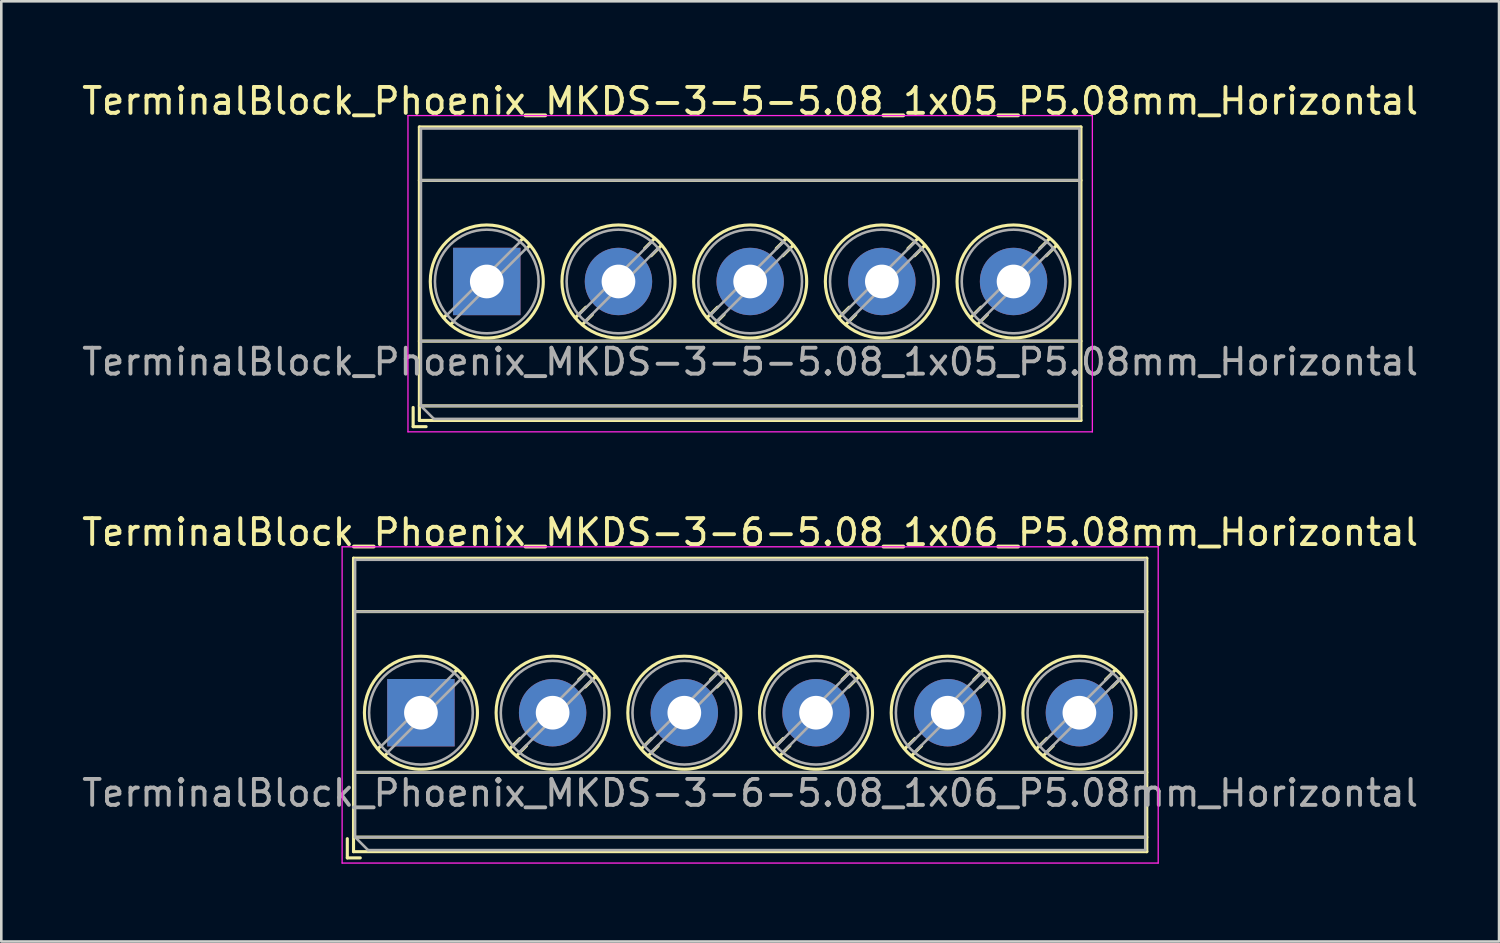
<source format=kicad_pcb>
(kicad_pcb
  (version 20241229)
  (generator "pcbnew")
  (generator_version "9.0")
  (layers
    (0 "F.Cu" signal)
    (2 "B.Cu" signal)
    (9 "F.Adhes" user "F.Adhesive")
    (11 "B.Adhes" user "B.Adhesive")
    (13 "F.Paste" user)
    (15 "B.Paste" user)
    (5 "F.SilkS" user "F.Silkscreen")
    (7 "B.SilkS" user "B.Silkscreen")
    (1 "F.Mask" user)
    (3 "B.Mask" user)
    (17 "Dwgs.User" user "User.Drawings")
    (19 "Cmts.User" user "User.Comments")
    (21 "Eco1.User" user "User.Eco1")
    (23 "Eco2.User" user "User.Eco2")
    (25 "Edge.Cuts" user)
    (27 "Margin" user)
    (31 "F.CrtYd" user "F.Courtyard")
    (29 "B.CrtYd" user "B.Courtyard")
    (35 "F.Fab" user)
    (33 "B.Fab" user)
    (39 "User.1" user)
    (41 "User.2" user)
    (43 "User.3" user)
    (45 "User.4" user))
  (footprint "TerminalBlock_Phoenix_MKDS-3-5-5.08_1x05_P5.08mm_Horizontal"
    (layer "F.Cu")
    (at 15.727 7.808)
    (property "Reference" "TerminalBlock_Phoenix_MKDS-3-5-5.08_1x05_P5.08mm_Horizontal" (at 10.16 -6.96 0) (layer "F.SilkS") (effects (font (size 1 1) (thickness 0.15))))
    (attr through_hole)
    (fp_line (start -2.84 4.86) (end -2.84 5.6) (stroke (width 0.12) (type solid)) (layer "F.SilkS"))
    (fp_line (start -2.84 5.6) (end -2.34 5.6) (stroke (width 0.12) (type solid)) (layer "F.SilkS"))
    (fp_line (start -2.6 -5.96) (end -2.6 5.36) (stroke (width 0.12) (type solid)) (layer "F.SilkS"))
    (fp_line (start -2.6 -5.96) (end 22.92 -5.96) (stroke (width 0.12) (type solid)) (layer "F.SilkS"))
    (fp_line (start -2.6 -3.9) (end 22.92 -3.9) (stroke (width 0.12) (type solid)) (layer "F.SilkS"))
    (fp_line (start -2.6 2.3) (end 22.92 2.3) (stroke (width 0.12) (type solid)) (layer "F.SilkS"))
    (fp_line (start -2.6 4.8) (end 22.92 4.8) (stroke (width 0.12) (type solid)) (layer "F.SilkS"))
    (fp_line (start -2.6 5.36) (end 22.92 5.36) (stroke (width 0.12) (type solid)) (layer "F.SilkS"))
    (fp_line (start -1.548 1.281) (end -1.654 1.388) (stroke (width 0.12) (type solid)) (layer "F.SilkS"))
    (fp_line (start -1.282 1.547) (end -1.388 1.654) (stroke (width 0.12) (type solid)) (layer "F.SilkS"))
    (fp_line (start 1.388 -1.654) (end 1.281 -1.547) (stroke (width 0.12) (type solid)) (layer "F.SilkS"))
    (fp_line (start 1.654 -1.388) (end 1.547 -1.281) (stroke (width 0.12) (type solid)) (layer "F.SilkS"))
    (fp_line (start 3.822 0.992) (end 3.427 1.388) (stroke (width 0.12) (type solid)) (layer "F.SilkS"))
    (fp_line (start 4.073 1.274) (end 3.693 1.654) (stroke (width 0.12) (type solid)) (layer "F.SilkS"))
    (fp_line (start 6.468 -1.654) (end 6.088 -1.274) (stroke (width 0.12) (type solid)) (layer "F.SilkS"))
    (fp_line (start 6.734 -1.388) (end 6.339 -0.992) (stroke (width 0.12) (type solid)) (layer "F.SilkS"))
    (fp_line (start 8.902 0.992) (end 8.507 1.388) (stroke (width 0.12) (type solid)) (layer "F.SilkS"))
    (fp_line (start 9.153 1.274) (end 8.773 1.654) (stroke (width 0.12) (type solid)) (layer "F.SilkS"))
    (fp_line (start 11.548 -1.654) (end 11.168 -1.274) (stroke (width 0.12) (type solid)) (layer "F.SilkS"))
    (fp_line (start 11.814 -1.388) (end 11.419 -0.992) (stroke (width 0.12) (type solid)) (layer "F.SilkS"))
    (fp_line (start 13.982 0.992) (end 13.587 1.388) (stroke (width 0.12) (type solid)) (layer "F.SilkS"))
    (fp_line (start 14.233 1.274) (end 13.853 1.654) (stroke (width 0.12) (type solid)) (layer "F.SilkS"))
    (fp_line (start 16.628 -1.654) (end 16.248 -1.274) (stroke (width 0.12) (type solid)) (layer "F.SilkS"))
    (fp_line (start 16.894 -1.388) (end 16.499 -0.992) (stroke (width 0.12) (type solid)) (layer "F.SilkS"))
    (fp_line (start 19.062 0.992) (end 18.667 1.388) (stroke (width 0.12) (type solid)) (layer "F.SilkS"))
    (fp_line (start 19.313 1.274) (end 18.933 1.654) (stroke (width 0.12) (type solid)) (layer "F.SilkS"))
    (fp_line (start 21.708 -1.654) (end 21.328 -1.274) (stroke (width 0.12) (type solid)) (layer "F.SilkS"))
    (fp_line (start 21.974 -1.388) (end 21.579 -0.992) (stroke (width 0.12) (type solid)) (layer "F.SilkS"))
    (fp_line (start 22.92 -5.96) (end 22.92 5.36) (stroke (width 0.12) (type solid)) (layer "F.SilkS"))
    (fp_circle (center 0 0) (end 2.18 0) (stroke (width 0.12) (type solid)) (fill no) (layer "F.SilkS"))
    (fp_circle (center 5.08 0) (end 7.26 0) (stroke (width 0.12) (type solid)) (fill no) (layer "F.SilkS"))
    (fp_circle (center 10.16 0) (end 12.34 0) (stroke (width 0.12) (type solid)) (fill no) (layer "F.SilkS"))
    (fp_circle (center 15.24 0) (end 17.42 0) (stroke (width 0.12) (type solid)) (fill no) (layer "F.SilkS"))
    (fp_circle (center 20.32 0) (end 22.5 0) (stroke (width 0.12) (type solid)) (fill no) (layer "F.SilkS"))
    (fp_line (start -3.04 -6.4) (end -3.04 5.8) (stroke (width 0.05) (type solid)) (layer "F.CrtYd"))
    (fp_line (start -3.04 5.8) (end 23.36 5.8) (stroke (width 0.05) (type solid)) (layer "F.CrtYd"))
    (fp_line (start 23.36 -6.4) (end -3.04 -6.4) (stroke (width 0.05) (type solid)) (layer "F.CrtYd"))
    (fp_line (start 23.36 5.8) (end 23.36 -6.4) (stroke (width 0.05) (type solid)) (layer "F.CrtYd"))
    (fp_line (start -2.54 -5.9) (end 22.86 -5.9) (stroke (width 0.1) (type solid)) (layer "F.Fab"))
    (fp_line (start -2.54 -3.9) (end 22.86 -3.9) (stroke (width 0.1) (type solid)) (layer "F.Fab"))
    (fp_line (start -2.54 2.3) (end 22.86 2.3) (stroke (width 0.1) (type solid)) (layer "F.Fab"))
    (fp_line (start -2.54 4.8) (end -2.54 -5.9) (stroke (width 0.1) (type solid)) (layer "F.Fab"))
    (fp_line (start -2.54 4.8) (end 22.86 4.8) (stroke (width 0.1) (type solid)) (layer "F.Fab"))
    (fp_line (start -2.04 5.3) (end -2.54 4.8) (stroke (width 0.1) (type solid)) (layer "F.Fab"))
    (fp_line (start 1.273 -1.517) (end -1.517 1.273) (stroke (width 0.1) (type solid)) (layer "F.Fab"))
    (fp_line (start 1.517 -1.273) (end -1.273 1.517) (stroke (width 0.1) (type solid)) (layer "F.Fab"))
    (fp_line (start 6.353 -1.517) (end 3.564 1.273) (stroke (width 0.1) (type solid)) (layer "F.Fab"))
    (fp_line (start 6.597 -1.273) (end 3.808 1.517) (stroke (width 0.1) (type solid)) (layer "F.Fab"))
    (fp_line (start 11.433 -1.517) (end 8.644 1.273) (stroke (width 0.1) (type solid)) (layer "F.Fab"))
    (fp_line (start 11.677 -1.273) (end 8.888 1.517) (stroke (width 0.1) (type solid)) (layer "F.Fab"))
    (fp_line (start 16.513 -1.517) (end 13.724 1.273) (stroke (width 0.1) (type solid)) (layer "F.Fab"))
    (fp_line (start 16.757 -1.273) (end 13.968 1.517) (stroke (width 0.1) (type solid)) (layer "F.Fab"))
    (fp_line (start 21.593 -1.517) (end 18.804 1.273) (stroke (width 0.1) (type solid)) (layer "F.Fab"))
    (fp_line (start 21.837 -1.273) (end 19.048 1.517) (stroke (width 0.1) (type solid)) (layer "F.Fab"))
    (fp_line (start 22.86 -5.9) (end 22.86 5.3) (stroke (width 0.1) (type solid)) (layer "F.Fab"))
    (fp_line (start 22.86 5.3) (end -2.04 5.3) (stroke (width 0.1) (type solid)) (layer "F.Fab"))
    (fp_circle (center 0 0) (end 2 0) (stroke (width 0.1) (type solid)) (fill no) (layer "F.Fab"))
    (fp_circle (center 5.08 0) (end 7.08 0) (stroke (width 0.1) (type solid)) (fill no) (layer "F.Fab"))
    (fp_circle (center 10.16 0) (end 12.16 0) (stroke (width 0.1) (type solid)) (fill no) (layer "F.Fab"))
    (fp_circle (center 15.24 0) (end 17.24 0) (stroke (width 0.1) (type solid)) (fill no) (layer "F.Fab"))
    (fp_circle (center 20.32 0) (end 22.32 0) (stroke (width 0.1) (type solid)) (fill no) (layer "F.Fab"))
    (fp_text user "${REFERENCE}" (at 10.16 3.1 0) (layer "F.Fab") (effects (font (size 1 1) (thickness 0.15))))
    (pad "1" thru_hole rect (at 0 0) (size 2.6 2.6) (drill 1.3) (layers "*.Cu" "*.Mask"))
    (pad "2" thru_hole circle (at 5.08 0) (size 2.6 2.6) (drill 1.3) (layers "*.Cu" "*.Mask"))
    (pad "3" thru_hole circle (at 10.16 0) (size 2.6 2.6) (drill 1.3) (layers "*.Cu" "*.Mask"))
    (pad "4" thru_hole circle (at 15.24 0) (size 2.6 2.6) (drill 1.3) (layers "*.Cu" "*.Mask"))
    (pad "5" thru_hole circle (at 20.32 0) (size 2.6 2.6) (drill 1.3) (layers "*.Cu" "*.Mask")))
  (footprint "TerminalBlock_Phoenix_MKDS-3-6-5.08_1x06_P5.08mm_Horizontal"
    (layer "F.Cu")
    (at 13.187 24.442)
    (property "Reference" "TerminalBlock_Phoenix_MKDS-3-6-5.08_1x06_P5.08mm_Horizontal" (at 12.7 -6.96 0) (layer "F.SilkS") (effects (font (size 1 1) (thickness 0.15))))
    (attr through_hole)
    (fp_line (start -2.84 4.86) (end -2.84 5.6) (stroke (width 0.12) (type solid)) (layer "F.SilkS"))
    (fp_line (start -2.84 5.6) (end -2.34 5.6) (stroke (width 0.12) (type solid)) (layer "F.SilkS"))
    (fp_line (start -2.6 -5.96) (end -2.6 5.36) (stroke (width 0.12) (type solid)) (layer "F.SilkS"))
    (fp_line (start -2.6 -5.96) (end 28 -5.96) (stroke (width 0.12) (type solid)) (layer "F.SilkS"))
    (fp_line (start -2.6 -3.9) (end 28 -3.9) (stroke (width 0.12) (type solid)) (layer "F.SilkS"))
    (fp_line (start -2.6 2.3) (end 28 2.3) (stroke (width 0.12) (type solid)) (layer "F.SilkS"))
    (fp_line (start -2.6 4.8) (end 28 4.8) (stroke (width 0.12) (type solid)) (layer "F.SilkS"))
    (fp_line (start -2.6 5.36) (end 28 5.36) (stroke (width 0.12) (type solid)) (layer "F.SilkS"))
    (fp_line (start -1.548 1.281) (end -1.654 1.388) (stroke (width 0.12) (type solid)) (layer "F.SilkS"))
    (fp_line (start -1.282 1.547) (end -1.388 1.654) (stroke (width 0.12) (type solid)) (layer "F.SilkS"))
    (fp_line (start 1.388 -1.654) (end 1.281 -1.547) (stroke (width 0.12) (type solid)) (layer "F.SilkS"))
    (fp_line (start 1.654 -1.388) (end 1.547 -1.281) (stroke (width 0.12) (type solid)) (layer "F.SilkS"))
    (fp_line (start 3.822 0.992) (end 3.427 1.388) (stroke (width 0.12) (type solid)) (layer "F.SilkS"))
    (fp_line (start 4.073 1.274) (end 3.693 1.654) (stroke (width 0.12) (type solid)) (layer "F.SilkS"))
    (fp_line (start 6.468 -1.654) (end 6.088 -1.274) (stroke (width 0.12) (type solid)) (layer "F.SilkS"))
    (fp_line (start 6.734 -1.388) (end 6.339 -0.992) (stroke (width 0.12) (type solid)) (layer "F.SilkS"))
    (fp_line (start 8.902 0.992) (end 8.507 1.388) (stroke (width 0.12) (type solid)) (layer "F.SilkS"))
    (fp_line (start 9.153 1.274) (end 8.773 1.654) (stroke (width 0.12) (type solid)) (layer "F.SilkS"))
    (fp_line (start 11.548 -1.654) (end 11.168 -1.274) (stroke (width 0.12) (type solid)) (layer "F.SilkS"))
    (fp_line (start 11.814 -1.388) (end 11.419 -0.992) (stroke (width 0.12) (type solid)) (layer "F.SilkS"))
    (fp_line (start 13.982 0.992) (end 13.587 1.388) (stroke (width 0.12) (type solid)) (layer "F.SilkS"))
    (fp_line (start 14.233 1.274) (end 13.853 1.654) (stroke (width 0.12) (type solid)) (layer "F.SilkS"))
    (fp_line (start 16.628 -1.654) (end 16.248 -1.274) (stroke (width 0.12) (type solid)) (layer "F.SilkS"))
    (fp_line (start 16.894 -1.388) (end 16.499 -0.992) (stroke (width 0.12) (type solid)) (layer "F.SilkS"))
    (fp_line (start 19.062 0.992) (end 18.667 1.388) (stroke (width 0.12) (type solid)) (layer "F.SilkS"))
    (fp_line (start 19.313 1.274) (end 18.933 1.654) (stroke (width 0.12) (type solid)) (layer "F.SilkS"))
    (fp_line (start 21.708 -1.654) (end 21.328 -1.274) (stroke (width 0.12) (type solid)) (layer "F.SilkS"))
    (fp_line (start 21.974 -1.388) (end 21.579 -0.992) (stroke (width 0.12) (type solid)) (layer "F.SilkS"))
    (fp_line (start 24.142 0.992) (end 23.747 1.388) (stroke (width 0.12) (type solid)) (layer "F.SilkS"))
    (fp_line (start 24.393 1.274) (end 24.013 1.654) (stroke (width 0.12) (type solid)) (layer "F.SilkS"))
    (fp_line (start 26.788 -1.654) (end 26.408 -1.274) (stroke (width 0.12) (type solid)) (layer "F.SilkS"))
    (fp_line (start 27.054 -1.388) (end 26.659 -0.992) (stroke (width 0.12) (type solid)) (layer "F.SilkS"))
    (fp_line (start 28 -5.96) (end 28 5.36) (stroke (width 0.12) (type solid)) (layer "F.SilkS"))
    (fp_circle (center 0 0) (end 2.18 0) (stroke (width 0.12) (type solid)) (fill no) (layer "F.SilkS"))
    (fp_circle (center 5.08 0) (end 7.26 0) (stroke (width 0.12) (type solid)) (fill no) (layer "F.SilkS"))
    (fp_circle (center 10.16 0) (end 12.34 0) (stroke (width 0.12) (type solid)) (fill no) (layer "F.SilkS"))
    (fp_circle (center 15.24 0) (end 17.42 0) (stroke (width 0.12) (type solid)) (fill no) (layer "F.SilkS"))
    (fp_circle (center 20.32 0) (end 22.5 0) (stroke (width 0.12) (type solid)) (fill no) (layer "F.SilkS"))
    (fp_circle (center 25.4 0) (end 27.58 0) (stroke (width 0.12) (type solid)) (fill no) (layer "F.SilkS"))
    (fp_line (start -3.04 -6.4) (end -3.04 5.8) (stroke (width 0.05) (type solid)) (layer "F.CrtYd"))
    (fp_line (start -3.04 5.8) (end 28.44 5.8) (stroke (width 0.05) (type solid)) (layer "F.CrtYd"))
    (fp_line (start 28.44 -6.4) (end -3.04 -6.4) (stroke (width 0.05) (type solid)) (layer "F.CrtYd"))
    (fp_line (start 28.44 5.8) (end 28.44 -6.4) (stroke (width 0.05) (type solid)) (layer "F.CrtYd"))
    (fp_line (start -2.54 -5.9) (end 27.94 -5.9) (stroke (width 0.1) (type solid)) (layer "F.Fab"))
    (fp_line (start -2.54 -3.9) (end 27.94 -3.9) (stroke (width 0.1) (type solid)) (layer "F.Fab"))
    (fp_line (start -2.54 2.3) (end 27.94 2.3) (stroke (width 0.1) (type solid)) (layer "F.Fab"))
    (fp_line (start -2.54 4.8) (end -2.54 -5.9) (stroke (width 0.1) (type solid)) (layer "F.Fab"))
    (fp_line (start -2.54 4.8) (end 27.94 4.8) (stroke (width 0.1) (type solid)) (layer "F.Fab"))
    (fp_line (start -2.04 5.3) (end -2.54 4.8) (stroke (width 0.1) (type solid)) (layer "F.Fab"))
    (fp_line (start 1.273 -1.517) (end -1.517 1.273) (stroke (width 0.1) (type solid)) (layer "F.Fab"))
    (fp_line (start 1.517 -1.273) (end -1.273 1.517) (stroke (width 0.1) (type solid)) (layer "F.Fab"))
    (fp_line (start 6.353 -1.517) (end 3.564 1.273) (stroke (width 0.1) (type solid)) (layer "F.Fab"))
    (fp_line (start 6.597 -1.273) (end 3.808 1.517) (stroke (width 0.1) (type solid)) (layer "F.Fab"))
    (fp_line (start 11.433 -1.517) (end 8.644 1.273) (stroke (width 0.1) (type solid)) (layer "F.Fab"))
    (fp_line (start 11.677 -1.273) (end 8.888 1.517) (stroke (width 0.1) (type solid)) (layer "F.Fab"))
    (fp_line (start 16.513 -1.517) (end 13.724 1.273) (stroke (width 0.1) (type solid)) (layer "F.Fab"))
    (fp_line (start 16.757 -1.273) (end 13.968 1.517) (stroke (width 0.1) (type solid)) (layer "F.Fab"))
    (fp_line (start 21.593 -1.517) (end 18.804 1.273) (stroke (width 0.1) (type solid)) (layer "F.Fab"))
    (fp_line (start 21.837 -1.273) (end 19.048 1.517) (stroke (width 0.1) (type solid)) (layer "F.Fab"))
    (fp_line (start 26.673 -1.517) (end 23.884 1.273) (stroke (width 0.1) (type solid)) (layer "F.Fab"))
    (fp_line (start 26.917 -1.273) (end 24.128 1.517) (stroke (width 0.1) (type solid)) (layer "F.Fab"))
    (fp_line (start 27.94 -5.9) (end 27.94 5.3) (stroke (width 0.1) (type solid)) (layer "F.Fab"))
    (fp_line (start 27.94 5.3) (end -2.04 5.3) (stroke (width 0.1) (type solid)) (layer "F.Fab"))
    (fp_circle (center 0 0) (end 2 0) (stroke (width 0.1) (type solid)) (fill no) (layer "F.Fab"))
    (fp_circle (center 5.08 0) (end 7.08 0) (stroke (width 0.1) (type solid)) (fill no) (layer "F.Fab"))
    (fp_circle (center 10.16 0) (end 12.16 0) (stroke (width 0.1) (type solid)) (fill no) (layer "F.Fab"))
    (fp_circle (center 15.24 0) (end 17.24 0) (stroke (width 0.1) (type solid)) (fill no) (layer "F.Fab"))
    (fp_circle (center 20.32 0) (end 22.32 0) (stroke (width 0.1) (type solid)) (fill no) (layer "F.Fab"))
    (fp_circle (center 25.4 0) (end 27.4 0) (stroke (width 0.1) (type solid)) (fill no) (layer "F.Fab"))
    (fp_text user "${REFERENCE}" (at 12.7 3.1 0) (layer "F.Fab") (effects (font (size 1 1) (thickness 0.15))))
    (pad "1" thru_hole rect (at 0 0) (size 2.6 2.6) (drill 1.3) (layers "*.Cu" "*.Mask"))
    (pad "2" thru_hole circle (at 5.08 0) (size 2.6 2.6) (drill 1.3) (layers "*.Cu" "*.Mask"))
    (pad "3" thru_hole circle (at 10.16 0) (size 2.6 2.6) (drill 1.3) (layers "*.Cu" "*.Mask"))
    (pad "4" thru_hole circle (at 15.24 0) (size 2.6 2.6) (drill 1.3) (layers "*.Cu" "*.Mask"))
    (pad "5" thru_hole circle (at 20.32 0) (size 2.6 2.6) (drill 1.3) (layers "*.Cu" "*.Mask"))
    (pad "6" thru_hole circle (at 25.4 0) (size 2.6 2.6) (drill 1.3) (layers "*.Cu" "*.Mask")))
  (gr_rect
    (start -3 -3)
    (end 54.774 33.267)
    (stroke (width 0.1) (type default))
    (fill no)
    (layer "Edge.Cuts")))
</source>
